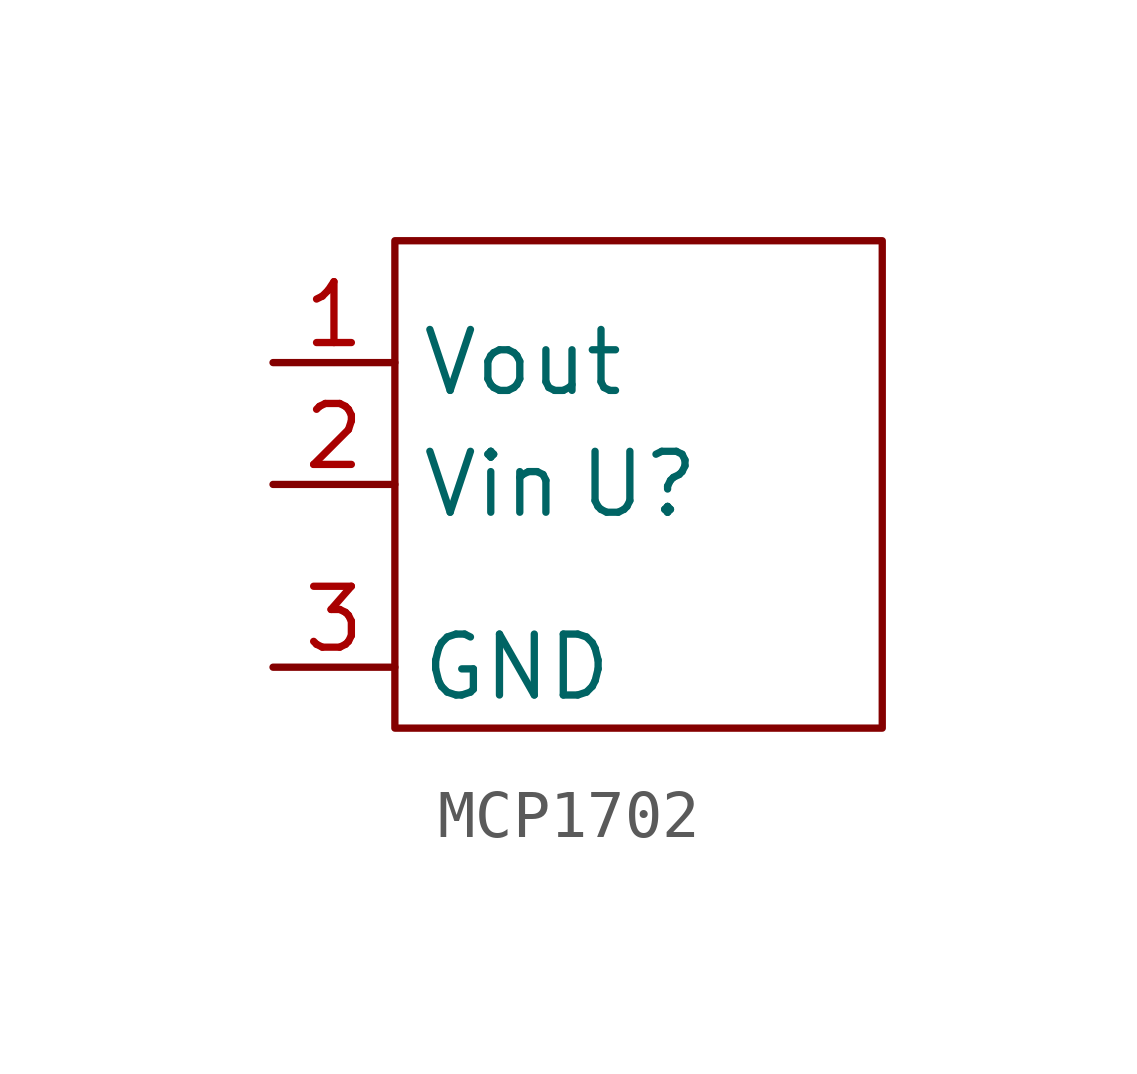
<source format=kicad_sym>
(kicad_symbol_lib
  (version 20220914)
  (generator kicad_symbol_editor)
  (symbol "MCP1702"
    (property "Reference" "U"
      (at 0 0 0)
      (effects (font (size 1.27 1.27))))
    (property "Value" ""
      (at 0 0 0)
      (effects (font (size 1.27 1.27))))
    (symbol "MCP1702_0_1"
      (rectangle (start -5.08 5.08) (end 5.08 -5.08) (stroke (width 0) (type default)) (fill (type none))))
    (symbol "MCP1702_1_1"
      (pin output line (at -7.62 2.54 0) (length 2.54) (name "Vout" (effects (font (size 1.27 1.27)))) (number "1" (effects (font (size 1.27 1.27)))))
      (pin input line (at -7.62 0 0) (length 2.54) (name "Vin" (effects (font (size 1.27 1.27)))) (number "2" (effects (font (size 1.27 1.27)))))
      (pin input line (at -7.62 -3.81 0) (length 2.54) (name "GND" (effects (font (size 1.27 1.27)))) (number "3" (effects (font (size 1.27 1.27))))))))
</source>
